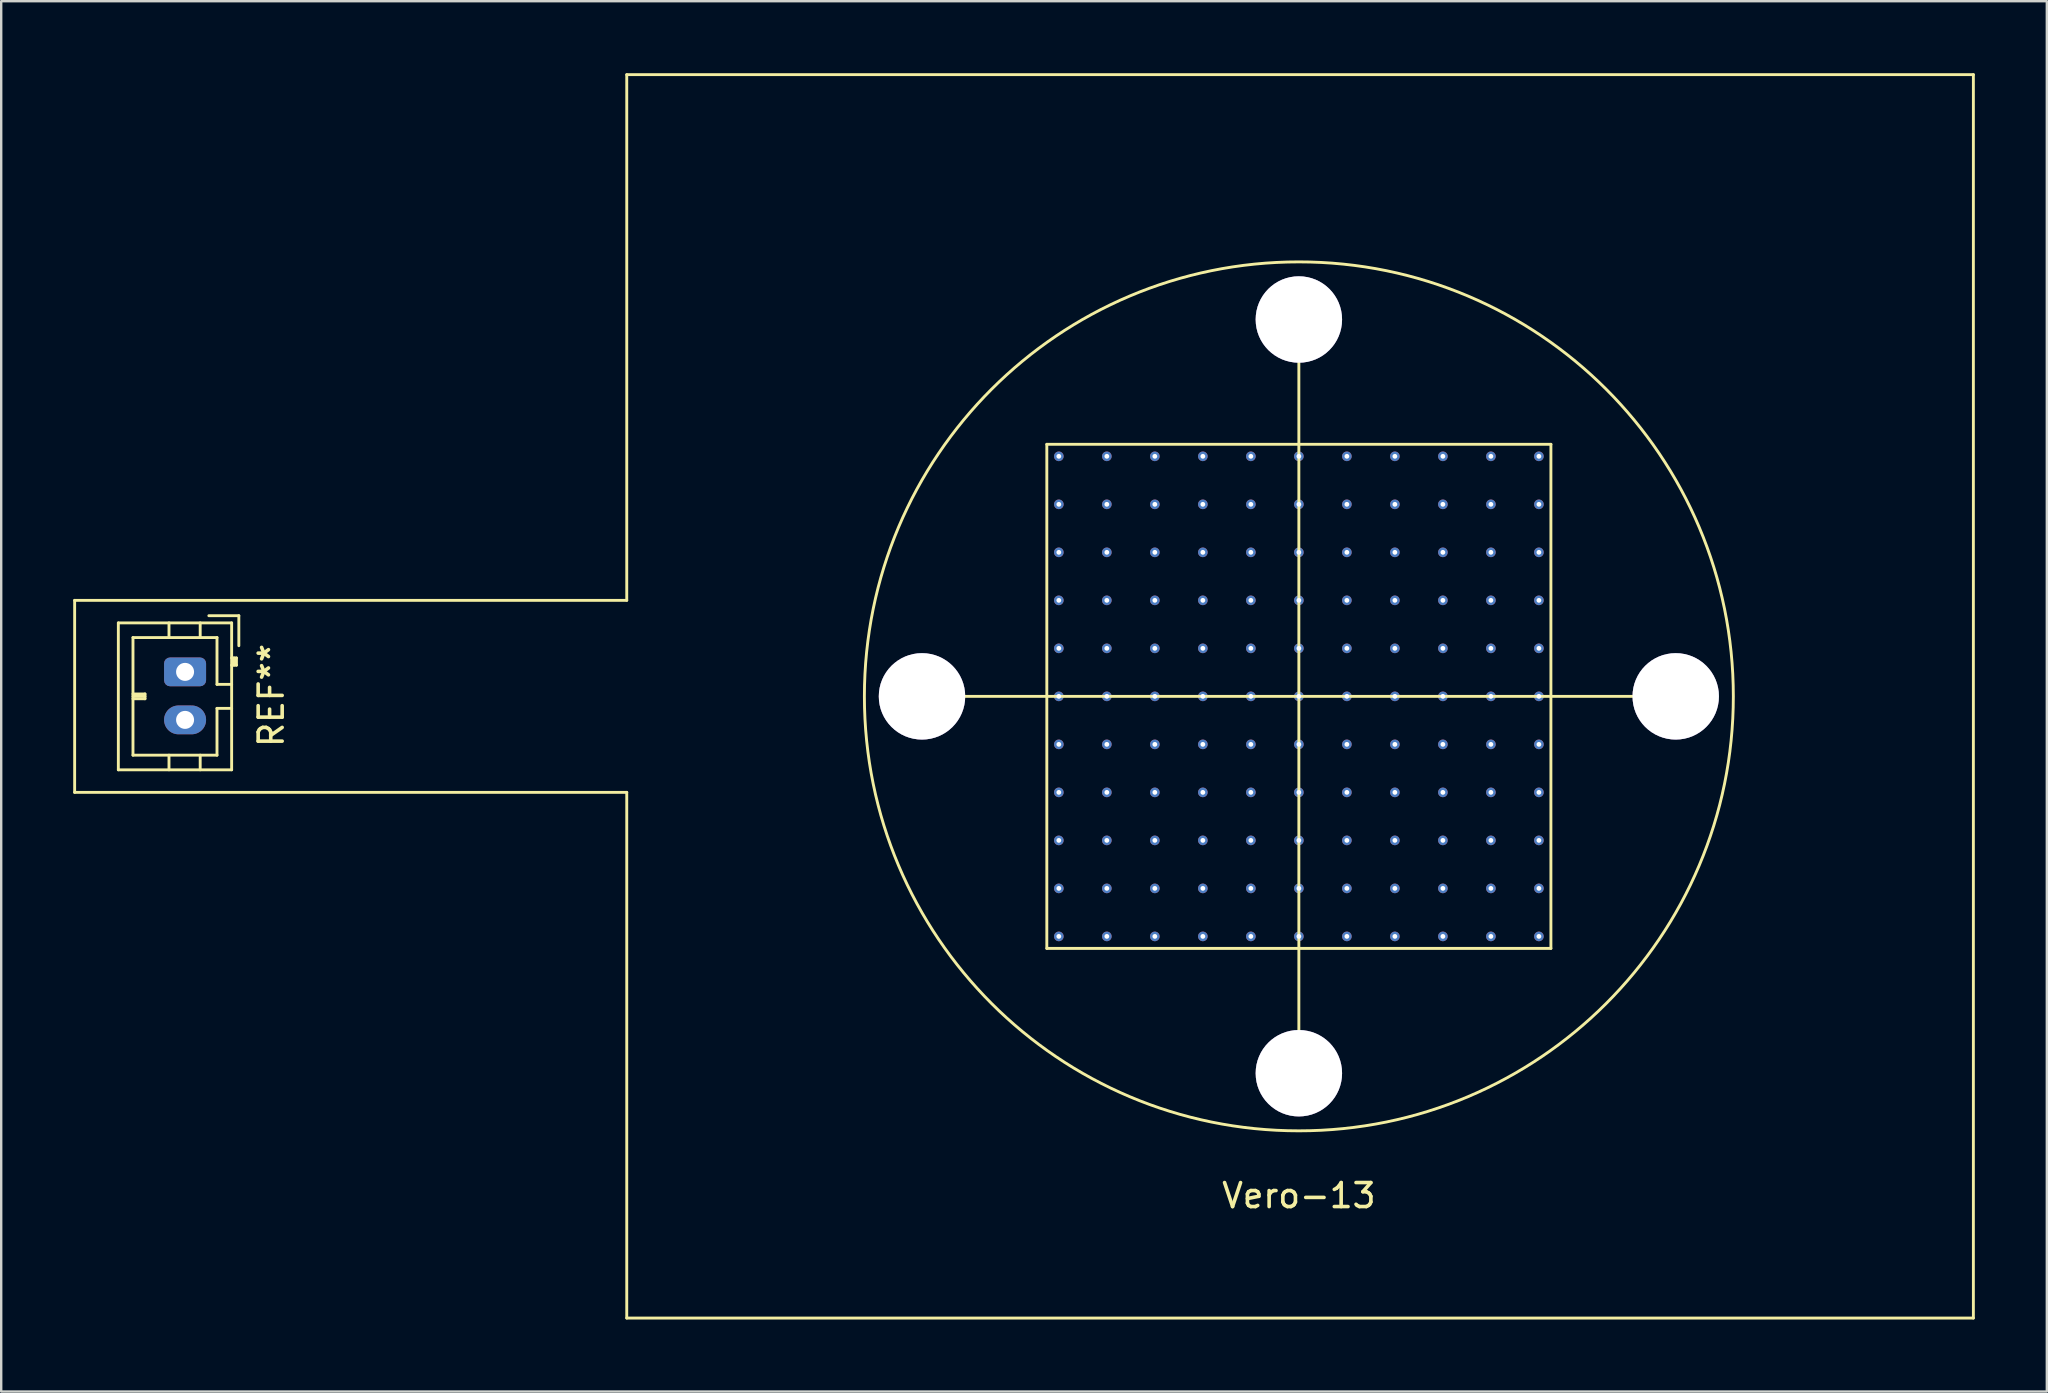
<source format=kicad_pcb>
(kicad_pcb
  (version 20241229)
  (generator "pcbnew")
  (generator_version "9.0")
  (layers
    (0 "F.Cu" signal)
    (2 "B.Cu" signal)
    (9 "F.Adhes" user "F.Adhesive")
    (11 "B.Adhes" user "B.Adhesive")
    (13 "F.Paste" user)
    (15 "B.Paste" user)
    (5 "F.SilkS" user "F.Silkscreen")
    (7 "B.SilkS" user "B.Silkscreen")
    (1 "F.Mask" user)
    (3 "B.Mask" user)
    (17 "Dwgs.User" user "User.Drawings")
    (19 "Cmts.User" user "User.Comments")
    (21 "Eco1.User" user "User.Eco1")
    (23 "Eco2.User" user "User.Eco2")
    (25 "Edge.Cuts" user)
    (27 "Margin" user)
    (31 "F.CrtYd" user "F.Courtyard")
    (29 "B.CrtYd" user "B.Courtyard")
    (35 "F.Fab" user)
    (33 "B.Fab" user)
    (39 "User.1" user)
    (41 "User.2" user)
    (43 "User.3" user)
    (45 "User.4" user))
  (footprint "Vero-13"
    (layer "F.Cu")
    (at 51.06 25.96)
    (property "Reference" "Vero-13" (at 0 20.8 0) (layer "F.SilkS") (effects (font (size 1 1) (thickness 0.15))))
    (attr through_hole)
    (fp_line (start -51 -4) (end -28 -4) (stroke (width 0.12) (type solid)) (layer "F.SilkS"))
    (fp_line (start -51 4) (end -51 -4) (stroke (width 0.12) (type solid)) (layer "F.SilkS"))
    (fp_line (start -49.18 -3.06) (end -49.18 3.06) (stroke (width 0.12) (type solid)) (layer "F.SilkS"))
    (fp_line (start -49.18 3.06) (end -44.46 3.06) (stroke (width 0.12) (type solid)) (layer "F.SilkS"))
    (fp_line (start -48.57 -2.45) (end -48.57 2.45) (stroke (width 0.12) (type solid)) (layer "F.SilkS"))
    (fp_line (start -48.57 -0.1) (end -48.07 -0.1) (stroke (width 0.12) (type solid)) (layer "F.SilkS"))
    (fp_line (start -48.57 0) (end -48.07 0) (stroke (width 0.12) (type solid)) (layer "F.SilkS"))
    (fp_line (start -48.57 2.45) (end -45.07 2.45) (stroke (width 0.12) (type solid)) (layer "F.SilkS"))
    (fp_line (start -48.07 -0.1) (end -48.07 0.1) (stroke (width 0.12) (type solid)) (layer "F.SilkS"))
    (fp_line (start -48.07 0.1) (end -48.57 0.1) (stroke (width 0.12) (type solid)) (layer "F.SilkS"))
    (fp_line (start -47.07 -3.06) (end -47.07 -2.45) (stroke (width 0.12) (type solid)) (layer "F.SilkS"))
    (fp_line (start -47.07 3.06) (end -47.07 2.45) (stroke (width 0.12) (type solid)) (layer "F.SilkS"))
    (fp_line (start -45.77 -3.06) (end -45.77 -2.45) (stroke (width 0.12) (type solid)) (layer "F.SilkS"))
    (fp_line (start -45.77 3.06) (end -45.77 2.45) (stroke (width 0.12) (type solid)) (layer "F.SilkS"))
    (fp_line (start -45.07 -2.45) (end -48.57 -2.45) (stroke (width 0.12) (type solid)) (layer "F.SilkS"))
    (fp_line (start -45.07 -0.5) (end -45.07 -2.45) (stroke (width 0.12) (type solid)) (layer "F.SilkS"))
    (fp_line (start -45.07 0.5) (end -44.46 0.5) (stroke (width 0.12) (type solid)) (layer "F.SilkS"))
    (fp_line (start -45.07 2.45) (end -45.07 0.5) (stroke (width 0.12) (type solid)) (layer "F.SilkS"))
    (fp_line (start -44.46 -3.06) (end -49.18 -3.06) (stroke (width 0.12) (type solid)) (layer "F.SilkS"))
    (fp_line (start -44.46 -1.3) (end -44.26 -1.3) (stroke (width 0.12) (type solid)) (layer "F.SilkS"))
    (fp_line (start -44.46 -0.5) (end -45.07 -0.5) (stroke (width 0.12) (type solid)) (layer "F.SilkS"))
    (fp_line (start -44.46 3.06) (end -44.46 -3.06) (stroke (width 0.12) (type solid)) (layer "F.SilkS"))
    (fp_line (start -44.36 -1.3) (end -44.36 -1.6) (stroke (width 0.12) (type solid)) (layer "F.SilkS"))
    (fp_line (start -44.26 -1.6) (end -44.46 -1.6) (stroke (width 0.12) (type solid)) (layer "F.SilkS"))
    (fp_line (start -44.26 -1.3) (end -44.26 -1.6) (stroke (width 0.12) (type solid)) (layer "F.SilkS"))
    (fp_line (start -44.16 -3.36) (end -45.41 -3.36) (stroke (width 0.12) (type solid)) (layer "F.SilkS"))
    (fp_line (start -44.16 -2.11) (end -44.16 -3.36) (stroke (width 0.12) (type solid)) (layer "F.SilkS"))
    (fp_line (start -28 -25.9) (end 28.1 -25.9) (stroke (width 0.12) (type solid)) (layer "F.SilkS"))
    (fp_line (start -28 -4) (end -28 -25.9) (stroke (width 0.12) (type solid)) (layer "F.SilkS"))
    (fp_line (start -28 4) (end -51 4) (stroke (width 0.12) (type solid)) (layer "F.SilkS"))
    (fp_line (start -28 25.9) (end -28 4) (stroke (width 0.12) (type solid)) (layer "F.SilkS"))
    (fp_line (start -15.7 0) (end 15.7 0) (stroke (width 0.12) (type solid)) (layer "F.SilkS"))
    (fp_line (start -10.5 -10.5) (end -10.5 10.5) (stroke (width 0.12) (type solid)) (layer "F.SilkS"))
    (fp_line (start -10.5 -10.5) (end 10.5 -10.5) (stroke (width 0.12) (type solid)) (layer "F.SilkS"))
    (fp_line (start -10.5 10.5) (end 10.5 10.5) (stroke (width 0.12) (type solid)) (layer "F.SilkS"))
    (fp_line (start 0 -15.7) (end 0 15.7) (stroke (width 0.12) (type solid)) (layer "F.SilkS"))
    (fp_line (start 10.5 10.5) (end 10.5 -10.5) (stroke (width 0.12) (type solid)) (layer "F.SilkS"))
    (fp_line (start 28.1 -25.9) (end 28.1 25.9) (stroke (width 0.12) (type solid)) (layer "F.SilkS"))
    (fp_line (start 28.1 25.9) (end -28 25.9) (stroke (width 0.12) (type solid)) (layer "F.SilkS"))
    (fp_circle (center 0 0) (end 18.1 0) (stroke (width 0.12) (type solid)) (fill no) (layer "F.SilkS"))
    (fp_text user "REF**" (at -42.81 -0.04 270) (layer "F.SilkS") (effects (font (size 1 1) (thickness 0.15))))
    (pad "0" thru_hole circle (at -15.7 0) (size 3.6 3.6) (drill 3.6) (layers "*.Cu" "*.Mask"))
    (pad "0" thru_hole circle (at -10 -10) (size 0.4 0.4) (drill 0.2) (layers "*.Cu" "*.Mask"))
    (pad "0" thru_hole circle (at -10 -8) (size 0.4 0.4) (drill 0.2) (layers "*.Cu" "*.Mask"))
    (pad "0" thru_hole circle (at -10 -6) (size 0.4 0.4) (drill 0.2) (layers "*.Cu" "*.Mask"))
    (pad "0" thru_hole circle (at -10 -4) (size 0.4 0.4) (drill 0.2) (layers "*.Cu" "*.Mask"))
    (pad "0" thru_hole circle (at -10 -2) (size 0.4 0.4) (drill 0.2) (layers "*.Cu" "*.Mask"))
    (pad "0" thru_hole circle (at -10 0) (size 0.4 0.4) (drill 0.2) (layers "*.Cu" "*.Mask"))
    (pad "0" thru_hole circle (at -10 2) (size 0.4 0.4) (drill 0.2) (layers "*.Cu" "*.Mask"))
    (pad "0" thru_hole circle (at -10 4) (size 0.4 0.4) (drill 0.2) (layers "*.Cu" "*.Mask"))
    (pad "0" thru_hole circle (at -10 6) (size 0.4 0.4) (drill 0.2) (layers "*.Cu" "*.Mask"))
    (pad "0" thru_hole circle (at -10 8) (size 0.4 0.4) (drill 0.2) (layers "*.Cu" "*.Mask"))
    (pad "0" thru_hole circle (at -10 10) (size 0.4 0.4) (drill 0.2) (layers "*.Cu" "*.Mask"))
    (pad "0" thru_hole circle (at -8 -10) (size 0.4 0.4) (drill 0.2) (layers "*.Cu" "*.Mask"))
    (pad "0" thru_hole circle (at -8 -8) (size 0.4 0.4) (drill 0.2) (layers "*.Cu" "*.Mask"))
    (pad "0" thru_hole circle (at -8 -6) (size 0.4 0.4) (drill 0.2) (layers "*.Cu" "*.Mask"))
    (pad "0" thru_hole circle (at -8 -4) (size 0.4 0.4) (drill 0.2) (layers "*.Cu" "*.Mask"))
    (pad "0" thru_hole circle (at -8 -2) (size 0.4 0.4) (drill 0.2) (layers "*.Cu" "*.Mask"))
    (pad "0" thru_hole circle (at -8 0) (size 0.4 0.4) (drill 0.2) (layers "*.Cu" "*.Mask"))
    (pad "0" thru_hole circle (at -8 2) (size 0.4 0.4) (drill 0.2) (layers "*.Cu" "*.Mask"))
    (pad "0" thru_hole circle (at -8 4) (size 0.4 0.4) (drill 0.2) (layers "*.Cu" "*.Mask"))
    (pad "0" thru_hole circle (at -8 6) (size 0.4 0.4) (drill 0.2) (layers "*.Cu" "*.Mask"))
    (pad "0" thru_hole circle (at -8 8) (size 0.4 0.4) (drill 0.2) (layers "*.Cu" "*.Mask"))
    (pad "0" thru_hole circle (at -8 10) (size 0.4 0.4) (drill 0.2) (layers "*.Cu" "*.Mask"))
    (pad "0" thru_hole circle (at -6 -10) (size 0.4 0.4) (drill 0.2) (layers "*.Cu" "*.Mask"))
    (pad "0" thru_hole circle (at -6 -8) (size 0.4 0.4) (drill 0.2) (layers "*.Cu" "*.Mask"))
    (pad "0" thru_hole circle (at -6 -6) (size 0.4 0.4) (drill 0.2) (layers "*.Cu" "*.Mask"))
    (pad "0" thru_hole circle (at -6 -4) (size 0.4 0.4) (drill 0.2) (layers "*.Cu" "*.Mask"))
    (pad "0" thru_hole circle (at -6 -2) (size 0.4 0.4) (drill 0.2) (layers "*.Cu" "*.Mask"))
    (pad "0" thru_hole circle (at -6 0) (size 0.4 0.4) (drill 0.2) (layers "*.Cu" "*.Mask"))
    (pad "0" thru_hole circle (at -6 2) (size 0.4 0.4) (drill 0.2) (layers "*.Cu" "*.Mask"))
    (pad "0" thru_hole circle (at -6 4) (size 0.4 0.4) (drill 0.2) (layers "*.Cu" "*.Mask"))
    (pad "0" thru_hole circle (at -6 6) (size 0.4 0.4) (drill 0.2) (layers "*.Cu" "*.Mask"))
    (pad "0" thru_hole circle (at -6 8) (size 0.4 0.4) (drill 0.2) (layers "*.Cu" "*.Mask"))
    (pad "0" thru_hole circle (at -6 10) (size 0.4 0.4) (drill 0.2) (layers "*.Cu" "*.Mask"))
    (pad "0" thru_hole circle (at -4 -10) (size 0.4 0.4) (drill 0.2) (layers "*.Cu" "*.Mask"))
    (pad "0" thru_hole circle (at -4 -8) (size 0.4 0.4) (drill 0.2) (layers "*.Cu" "*.Mask"))
    (pad "0" thru_hole circle (at -4 -6) (size 0.4 0.4) (drill 0.2) (layers "*.Cu" "*.Mask"))
    (pad "0" thru_hole circle (at -4 -4) (size 0.4 0.4) (drill 0.2) (layers "*.Cu" "*.Mask"))
    (pad "0" thru_hole circle (at -4 -2) (size 0.4 0.4) (drill 0.2) (layers "*.Cu" "*.Mask"))
    (pad "0" thru_hole circle (at -4 0) (size 0.4 0.4) (drill 0.2) (layers "*.Cu" "*.Mask"))
    (pad "0" thru_hole circle (at -4 2) (size 0.4 0.4) (drill 0.2) (layers "*.Cu" "*.Mask"))
    (pad "0" thru_hole circle (at -4 4) (size 0.4 0.4) (drill 0.2) (layers "*.Cu" "*.Mask"))
    (pad "0" thru_hole circle (at -4 6) (size 0.4 0.4) (drill 0.2) (layers "*.Cu" "*.Mask"))
    (pad "0" thru_hole circle (at -4 8) (size 0.4 0.4) (drill 0.2) (layers "*.Cu" "*.Mask"))
    (pad "0" thru_hole circle (at -4 10) (size 0.4 0.4) (drill 0.2) (layers "*.Cu" "*.Mask"))
    (pad "0" thru_hole circle (at -2 -10) (size 0.4 0.4) (drill 0.2) (layers "*.Cu" "*.Mask"))
    (pad "0" thru_hole circle (at -2 -8) (size 0.4 0.4) (drill 0.2) (layers "*.Cu" "*.Mask"))
    (pad "0" thru_hole circle (at -2 -6) (size 0.4 0.4) (drill 0.2) (layers "*.Cu" "*.Mask"))
    (pad "0" thru_hole circle (at -2 -4) (size 0.4 0.4) (drill 0.2) (layers "*.Cu" "*.Mask"))
    (pad "0" thru_hole circle (at -2 -2) (size 0.4 0.4) (drill 0.2) (layers "*.Cu" "*.Mask"))
    (pad "0" thru_hole circle (at -2 0) (size 0.4 0.4) (drill 0.2) (layers "*.Cu" "*.Mask"))
    (pad "0" thru_hole circle (at -2 2) (size 0.4 0.4) (drill 0.2) (layers "*.Cu" "*.Mask"))
    (pad "0" thru_hole circle (at -2 4) (size 0.4 0.4) (drill 0.2) (layers "*.Cu" "*.Mask"))
    (pad "0" thru_hole circle (at -2 6) (size 0.4 0.4) (drill 0.2) (layers "*.Cu" "*.Mask"))
    (pad "0" thru_hole circle (at -2 8) (size 0.4 0.4) (drill 0.2) (layers "*.Cu" "*.Mask"))
    (pad "0" thru_hole circle (at -2 10) (size 0.4 0.4) (drill 0.2) (layers "*.Cu" "*.Mask"))
    (pad "0" thru_hole circle (at 0 -15.7) (size 3.6 3.6) (drill 3.6) (layers "*.Cu" "*.Mask"))
    (pad "0" thru_hole circle (at 0 -10) (size 0.4 0.4) (drill 0.2) (layers "*.Cu" "*.Mask"))
    (pad "0" thru_hole circle (at 0 -8) (size 0.4 0.4) (drill 0.2) (layers "*.Cu" "*.Mask"))
    (pad "0" thru_hole circle (at 0 -6) (size 0.4 0.4) (drill 0.2) (layers "*.Cu" "*.Mask"))
    (pad "0" thru_hole circle (at 0 -4) (size 0.4 0.4) (drill 0.2) (layers "*.Cu" "*.Mask"))
    (pad "0" thru_hole circle (at 0 -2) (size 0.4 0.4) (drill 0.2) (layers "*.Cu" "*.Mask"))
    (pad "0" thru_hole circle (at 0 0) (size 0.4 0.4) (drill 0.2) (layers "*.Cu" "*.Mask"))
    (pad "0" thru_hole circle (at 0 2) (size 0.4 0.4) (drill 0.2) (layers "*.Cu" "*.Mask"))
    (pad "0" thru_hole circle (at 0 4) (size 0.4 0.4) (drill 0.2) (layers "*.Cu" "*.Mask"))
    (pad "0" thru_hole circle (at 0 6) (size 0.4 0.4) (drill 0.2) (layers "*.Cu" "*.Mask"))
    (pad "0" thru_hole circle (at 0 8) (size 0.4 0.4) (drill 0.2) (layers "*.Cu" "*.Mask"))
    (pad "0" thru_hole circle (at 0 10) (size 0.4 0.4) (drill 0.2) (layers "*.Cu" "*.Mask"))
    (pad "0" thru_hole circle (at 0 15.7) (size 3.6 3.6) (drill 3.6) (layers "*.Cu" "*.Mask"))
    (pad "0" thru_hole circle (at 2 -10) (size 0.4 0.4) (drill 0.2) (layers "*.Cu" "*.Mask"))
    (pad "0" thru_hole circle (at 2 -8) (size 0.4 0.4) (drill 0.2) (layers "*.Cu" "*.Mask"))
    (pad "0" thru_hole circle (at 2 -6) (size 0.4 0.4) (drill 0.2) (layers "*.Cu" "*.Mask"))
    (pad "0" thru_hole circle (at 2 -4) (size 0.4 0.4) (drill 0.2) (layers "*.Cu" "*.Mask"))
    (pad "0" thru_hole circle (at 2 -2) (size 0.4 0.4) (drill 0.2) (layers "*.Cu" "*.Mask"))
    (pad "0" thru_hole circle (at 2 0) (size 0.4 0.4) (drill 0.2) (layers "*.Cu" "*.Mask"))
    (pad "0" thru_hole circle (at 2 2) (size 0.4 0.4) (drill 0.2) (layers "*.Cu" "*.Mask"))
    (pad "0" thru_hole circle (at 2 4) (size 0.4 0.4) (drill 0.2) (layers "*.Cu" "*.Mask"))
    (pad "0" thru_hole circle (at 2 6) (size 0.4 0.4) (drill 0.2) (layers "*.Cu" "*.Mask"))
    (pad "0" thru_hole circle (at 2 8) (size 0.4 0.4) (drill 0.2) (layers "*.Cu" "*.Mask"))
    (pad "0" thru_hole circle (at 2 10) (size 0.4 0.4) (drill 0.2) (layers "*.Cu" "*.Mask"))
    (pad "0" thru_hole circle (at 4 -10) (size 0.4 0.4) (drill 0.2) (layers "*.Cu" "*.Mask"))
    (pad "0" thru_hole circle (at 4 -8) (size 0.4 0.4) (drill 0.2) (layers "*.Cu" "*.Mask"))
    (pad "0" thru_hole circle (at 4 -6) (size 0.4 0.4) (drill 0.2) (layers "*.Cu" "*.Mask"))
    (pad "0" thru_hole circle (at 4 -4) (size 0.4 0.4) (drill 0.2) (layers "*.Cu" "*.Mask"))
    (pad "0" thru_hole circle (at 4 -2) (size 0.4 0.4) (drill 0.2) (layers "*.Cu" "*.Mask"))
    (pad "0" thru_hole circle (at 4 0) (size 0.4 0.4) (drill 0.2) (layers "*.Cu" "*.Mask"))
    (pad "0" thru_hole circle (at 4 2) (size 0.4 0.4) (drill 0.2) (layers "*.Cu" "*.Mask"))
    (pad "0" thru_hole circle (at 4 4) (size 0.4 0.4) (drill 0.2) (layers "*.Cu" "*.Mask"))
    (pad "0" thru_hole circle (at 4 6) (size 0.4 0.4) (drill 0.2) (layers "*.Cu" "*.Mask"))
    (pad "0" thru_hole circle (at 4 8) (size 0.4 0.4) (drill 0.2) (layers "*.Cu" "*.Mask"))
    (pad "0" thru_hole circle (at 4 10) (size 0.4 0.4) (drill 0.2) (layers "*.Cu" "*.Mask"))
    (pad "0" thru_hole circle (at 6 -10) (size 0.4 0.4) (drill 0.2) (layers "*.Cu" "*.Mask"))
    (pad "0" thru_hole circle (at 6 -8) (size 0.4 0.4) (drill 0.2) (layers "*.Cu" "*.Mask"))
    (pad "0" thru_hole circle (at 6 -6) (size 0.4 0.4) (drill 0.2) (layers "*.Cu" "*.Mask"))
    (pad "0" thru_hole circle (at 6 -4) (size 0.4 0.4) (drill 0.2) (layers "*.Cu" "*.Mask"))
    (pad "0" thru_hole circle (at 6 -2) (size 0.4 0.4) (drill 0.2) (layers "*.Cu" "*.Mask"))
    (pad "0" thru_hole circle (at 6 0) (size 0.4 0.4) (drill 0.2) (layers "*.Cu" "*.Mask"))
    (pad "0" thru_hole circle (at 6 2) (size 0.4 0.4) (drill 0.2) (layers "*.Cu" "*.Mask"))
    (pad "0" thru_hole circle (at 6 4) (size 0.4 0.4) (drill 0.2) (layers "*.Cu" "*.Mask"))
    (pad "0" thru_hole circle (at 6 6) (size 0.4 0.4) (drill 0.2) (layers "*.Cu" "*.Mask"))
    (pad "0" thru_hole circle (at 6 8) (size 0.4 0.4) (drill 0.2) (layers "*.Cu" "*.Mask"))
    (pad "0" thru_hole circle (at 6 10) (size 0.4 0.4) (drill 0.2) (layers "*.Cu" "*.Mask"))
    (pad "0" thru_hole circle (at 8 -10) (size 0.4 0.4) (drill 0.2) (layers "*.Cu" "*.Mask"))
    (pad "0" thru_hole circle (at 8 -8) (size 0.4 0.4) (drill 0.2) (layers "*.Cu" "*.Mask"))
    (pad "0" thru_hole circle (at 8 -6) (size 0.4 0.4) (drill 0.2) (layers "*.Cu" "*.Mask"))
    (pad "0" thru_hole circle (at 8 -4) (size 0.4 0.4) (drill 0.2) (layers "*.Cu" "*.Mask"))
    (pad "0" thru_hole circle (at 8 -2) (size 0.4 0.4) (drill 0.2) (layers "*.Cu" "*.Mask"))
    (pad "0" thru_hole circle (at 8 0) (size 0.4 0.4) (drill 0.2) (layers "*.Cu" "*.Mask"))
    (pad "0" thru_hole circle (at 8 2) (size 0.4 0.4) (drill 0.2) (layers "*.Cu" "*.Mask"))
    (pad "0" thru_hole circle (at 8 4) (size 0.4 0.4) (drill 0.2) (layers "*.Cu" "*.Mask"))
    (pad "0" thru_hole circle (at 8 6) (size 0.4 0.4) (drill 0.2) (layers "*.Cu" "*.Mask"))
    (pad "0" thru_hole circle (at 8 8) (size 0.4 0.4) (drill 0.2) (layers "*.Cu" "*.Mask"))
    (pad "0" thru_hole circle (at 8 10) (size 0.4 0.4) (drill 0.2) (layers "*.Cu" "*.Mask"))
    (pad "0" thru_hole circle (at 10 -10) (size 0.4 0.4) (drill 0.2) (layers "*.Cu" "*.Mask"))
    (pad "0" thru_hole circle (at 10 -8) (size 0.4 0.4) (drill 0.2) (layers "*.Cu" "*.Mask"))
    (pad "0" thru_hole circle (at 10 -6) (size 0.4 0.4) (drill 0.2) (layers "*.Cu" "*.Mask"))
    (pad "0" thru_hole circle (at 10 -4) (size 0.4 0.4) (drill 0.2) (layers "*.Cu" "*.Mask"))
    (pad "0" thru_hole circle (at 10 -2) (size 0.4 0.4) (drill 0.2) (layers "*.Cu" "*.Mask"))
    (pad "0" thru_hole circle (at 10 0) (size 0.4 0.4) (drill 0.2) (layers "*.Cu" "*.Mask"))
    (pad "0" thru_hole circle (at 10 2) (size 0.4 0.4) (drill 0.2) (layers "*.Cu" "*.Mask"))
    (pad "0" thru_hole circle (at 10 4) (size 0.4 0.4) (drill 0.2) (layers "*.Cu" "*.Mask"))
    (pad "0" thru_hole circle (at 10 6) (size 0.4 0.4) (drill 0.2) (layers "*.Cu" "*.Mask"))
    (pad "0" thru_hole circle (at 10 8) (size 0.4 0.4) (drill 0.2) (layers "*.Cu" "*.Mask"))
    (pad "0" thru_hole circle (at 10 10) (size 0.4 0.4) (drill 0.2) (layers "*.Cu" "*.Mask"))
    (pad "0" thru_hole circle (at 15.7 0) (size 3.6 3.6) (drill 3.6) (layers "*.Cu" "*.Mask"))
    (pad "1" thru_hole roundrect (at -46.4 -1.02 270) (size 1.2 1.75) (drill 0.75) (layers "*.Cu" "*.Mask") (roundrect_rratio 0.208))
    (pad "2" thru_hole oval (at -46.4 0.98 270) (size 1.2 1.75) (drill 0.75) (layers "*.Cu" "*.Mask")))
  (gr_rect
    (start -3 -3)
    (end 82.22 54.92)
    (stroke (width 0.1) (type default))
    (fill no)
    (layer "Edge.Cuts")))
</source>
